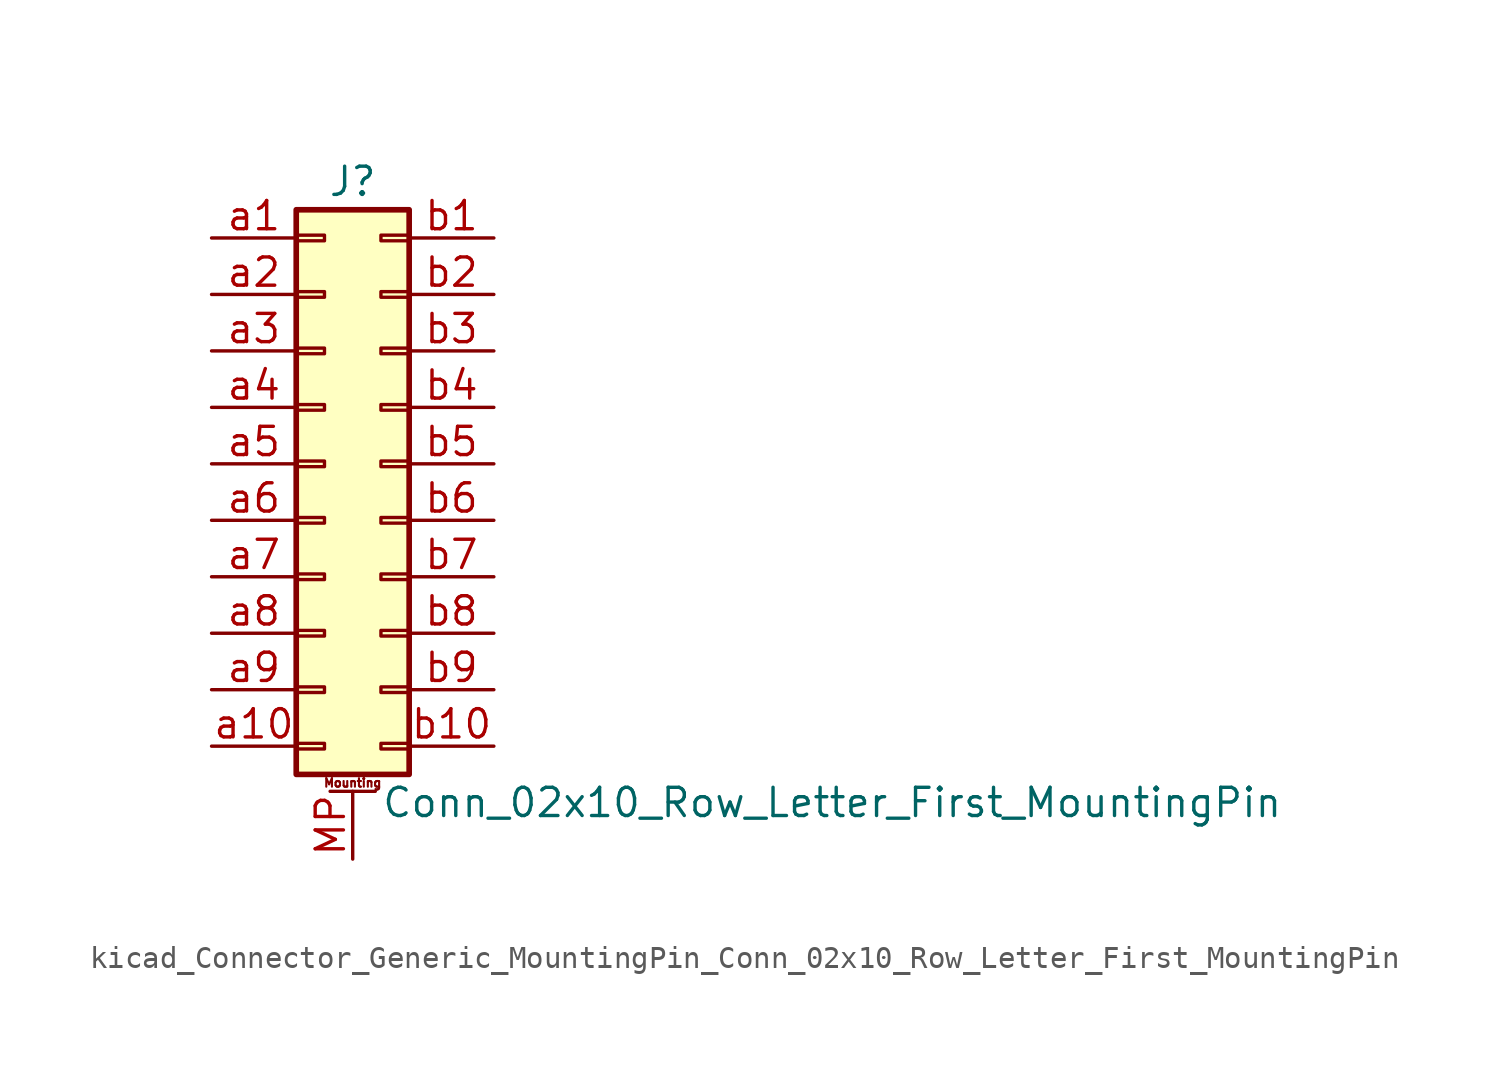
<source format=kicad_sym>
(kicad_symbol_lib
  (version 20220914)
  (generator kicad_symbol_editor)
  (symbol "kicad_Connector_Generic_MountingPin_Conn_02x10_Row_Letter_First_MountingPin"
    (pin_names
      (offset 1.016) hide)
    (property "Reference" "J"
      (at 1.27 12.7 0)
      (effects (font (size 1.27 1.27))))
    (property "Value" "Conn_02x10_Row_Letter_First_MountingPin"
      (at 2.54 -15.24 0)
      (effects (font (size 1.27 1.27)) (justify left)))
    (symbol "kicad_Connector_Generic_MountingPin_Conn_02x10_Row_Letter_First_MountingPin_1_1"
      (rectangle (start -1.27 -12.573) (end 0 -12.827) (stroke (width 0.152) (type default)) (fill (type none)))
      (rectangle (start -1.27 -10.033) (end 0 -10.287) (stroke (width 0.152) (type default)) (fill (type none)))
      (rectangle (start -1.27 -7.493) (end 0 -7.747) (stroke (width 0.152) (type default)) (fill (type none)))
      (rectangle (start -1.27 -4.953) (end 0 -5.207) (stroke (width 0.152) (type default)) (fill (type none)))
      (rectangle (start -1.27 -2.413) (end 0 -2.667) (stroke (width 0.152) (type default)) (fill (type none)))
      (rectangle (start -1.27 0.127) (end 0 -0.127) (stroke (width 0.152) (type default)) (fill (type none)))
      (rectangle (start -1.27 2.667) (end 0 2.413) (stroke (width 0.152) (type default)) (fill (type none)))
      (rectangle (start -1.27 5.207) (end 0 4.953) (stroke (width 0.152) (type default)) (fill (type none)))
      (rectangle (start -1.27 7.747) (end 0 7.493) (stroke (width 0.152) (type default)) (fill (type none)))
      (rectangle (start -1.27 10.287) (end 0 10.033) (stroke (width 0.152) (type default)) (fill (type none)))
      (rectangle (start -1.27 11.43) (end 3.81 -13.97) (stroke (width 0.254) (type default)) (fill (type background)))
      (polyline (pts (xy 0.254 -14.732) (xy 2.286 -14.732)) (stroke (width 0.152) (type default)) (fill (type none)))
      (rectangle (start 3.81 -12.573) (end 2.54 -12.827) (stroke (width 0.152) (type default)) (fill (type none)))
      (rectangle (start 3.81 -10.033) (end 2.54 -10.287) (stroke (width 0.152) (type default)) (fill (type none)))
      (rectangle (start 3.81 -7.493) (end 2.54 -7.747) (stroke (width 0.152) (type default)) (fill (type none)))
      (rectangle (start 3.81 -4.953) (end 2.54 -5.207) (stroke (width 0.152) (type default)) (fill (type none)))
      (rectangle (start 3.81 -2.413) (end 2.54 -2.667) (stroke (width 0.152) (type default)) (fill (type none)))
      (rectangle (start 3.81 0.127) (end 2.54 -0.127) (stroke (width 0.152) (type default)) (fill (type none)))
      (rectangle (start 3.81 2.667) (end 2.54 2.413) (stroke (width 0.152) (type default)) (fill (type none)))
      (rectangle (start 3.81 5.207) (end 2.54 4.953) (stroke (width 0.152) (type default)) (fill (type none)))
      (rectangle (start 3.81 7.747) (end 2.54 7.493) (stroke (width 0.152) (type default)) (fill (type none)))
      (rectangle (start 3.81 10.287) (end 2.54 10.033) (stroke (width 0.152) (type default)) (fill (type none)))
      (text "Mounting" (at 1.27 -14.351 0) (effects (font (size 0.381 0.381))))
      (pin passive line (at 1.27 -17.78 90) (length 3.048) (name "MountPin" (effects (font (size 1.27 1.27)))) (number "MP" (effects (font (size 1.27 1.27)))))
      (pin passive line (at -5.08 10.16 0) (length 3.81) (name "Pin_a1" (effects (font (size 1.27 1.27)))) (number "a1" (effects (font (size 1.27 1.27)))))
      (pin passive line (at -5.08 -12.7 0) (length 3.81) (name "Pin_a10" (effects (font (size 1.27 1.27)))) (number "a10" (effects (font (size 1.27 1.27)))))
      (pin passive line (at -5.08 7.62 0) (length 3.81) (name "Pin_a2" (effects (font (size 1.27 1.27)))) (number "a2" (effects (font (size 1.27 1.27)))))
      (pin passive line (at -5.08 5.08 0) (length 3.81) (name "Pin_a3" (effects (font (size 1.27 1.27)))) (number "a3" (effects (font (size 1.27 1.27)))))
      (pin passive line (at -5.08 2.54 0) (length 3.81) (name "Pin_a4" (effects (font (size 1.27 1.27)))) (number "a4" (effects (font (size 1.27 1.27)))))
      (pin passive line (at -5.08 0 0) (length 3.81) (name "Pin_a5" (effects (font (size 1.27 1.27)))) (number "a5" (effects (font (size 1.27 1.27)))))
      (pin passive line (at -5.08 -2.54 0) (length 3.81) (name "Pin_a6" (effects (font (size 1.27 1.27)))) (number "a6" (effects (font (size 1.27 1.27)))))
      (pin passive line (at -5.08 -5.08 0) (length 3.81) (name "Pin_a7" (effects (font (size 1.27 1.27)))) (number "a7" (effects (font (size 1.27 1.27)))))
      (pin passive line (at -5.08 -7.62 0) (length 3.81) (name "Pin_a8" (effects (font (size 1.27 1.27)))) (number "a8" (effects (font (size 1.27 1.27)))))
      (pin passive line (at -5.08 -10.16 0) (length 3.81) (name "Pin_a9" (effects (font (size 1.27 1.27)))) (number "a9" (effects (font (size 1.27 1.27)))))
      (pin passive line (at 7.62 10.16 180) (length 3.81) (name "Pin_b1" (effects (font (size 1.27 1.27)))) (number "b1" (effects (font (size 1.27 1.27)))))
      (pin passive line (at 7.62 -12.7 180) (length 3.81) (name "Pin_b10" (effects (font (size 1.27 1.27)))) (number "b10" (effects (font (size 1.27 1.27)))))
      (pin passive line (at 7.62 7.62 180) (length 3.81) (name "Pin_b2" (effects (font (size 1.27 1.27)))) (number "b2" (effects (font (size 1.27 1.27)))))
      (pin passive line (at 7.62 5.08 180) (length 3.81) (name "Pin_b3" (effects (font (size 1.27 1.27)))) (number "b3" (effects (font (size 1.27 1.27)))))
      (pin passive line (at 7.62 2.54 180) (length 3.81) (name "Pin_b4" (effects (font (size 1.27 1.27)))) (number "b4" (effects (font (size 1.27 1.27)))))
      (pin passive line (at 7.62 0 180) (length 3.81) (name "Pin_b5" (effects (font (size 1.27 1.27)))) (number "b5" (effects (font (size 1.27 1.27)))))
      (pin passive line (at 7.62 -2.54 180) (length 3.81) (name "Pin_b6" (effects (font (size 1.27 1.27)))) (number "b6" (effects (font (size 1.27 1.27)))))
      (pin passive line (at 7.62 -5.08 180) (length 3.81) (name "Pin_b7" (effects (font (size 1.27 1.27)))) (number "b7" (effects (font (size 1.27 1.27)))))
      (pin passive line (at 7.62 -7.62 180) (length 3.81) (name "Pin_b8" (effects (font (size 1.27 1.27)))) (number "b8" (effects (font (size 1.27 1.27)))))
      (pin passive line (at 7.62 -10.16 180) (length 3.81) (name "Pin_b9" (effects (font (size 1.27 1.27)))) (number "b9" (effects (font (size 1.27 1.27))))))))
</source>
